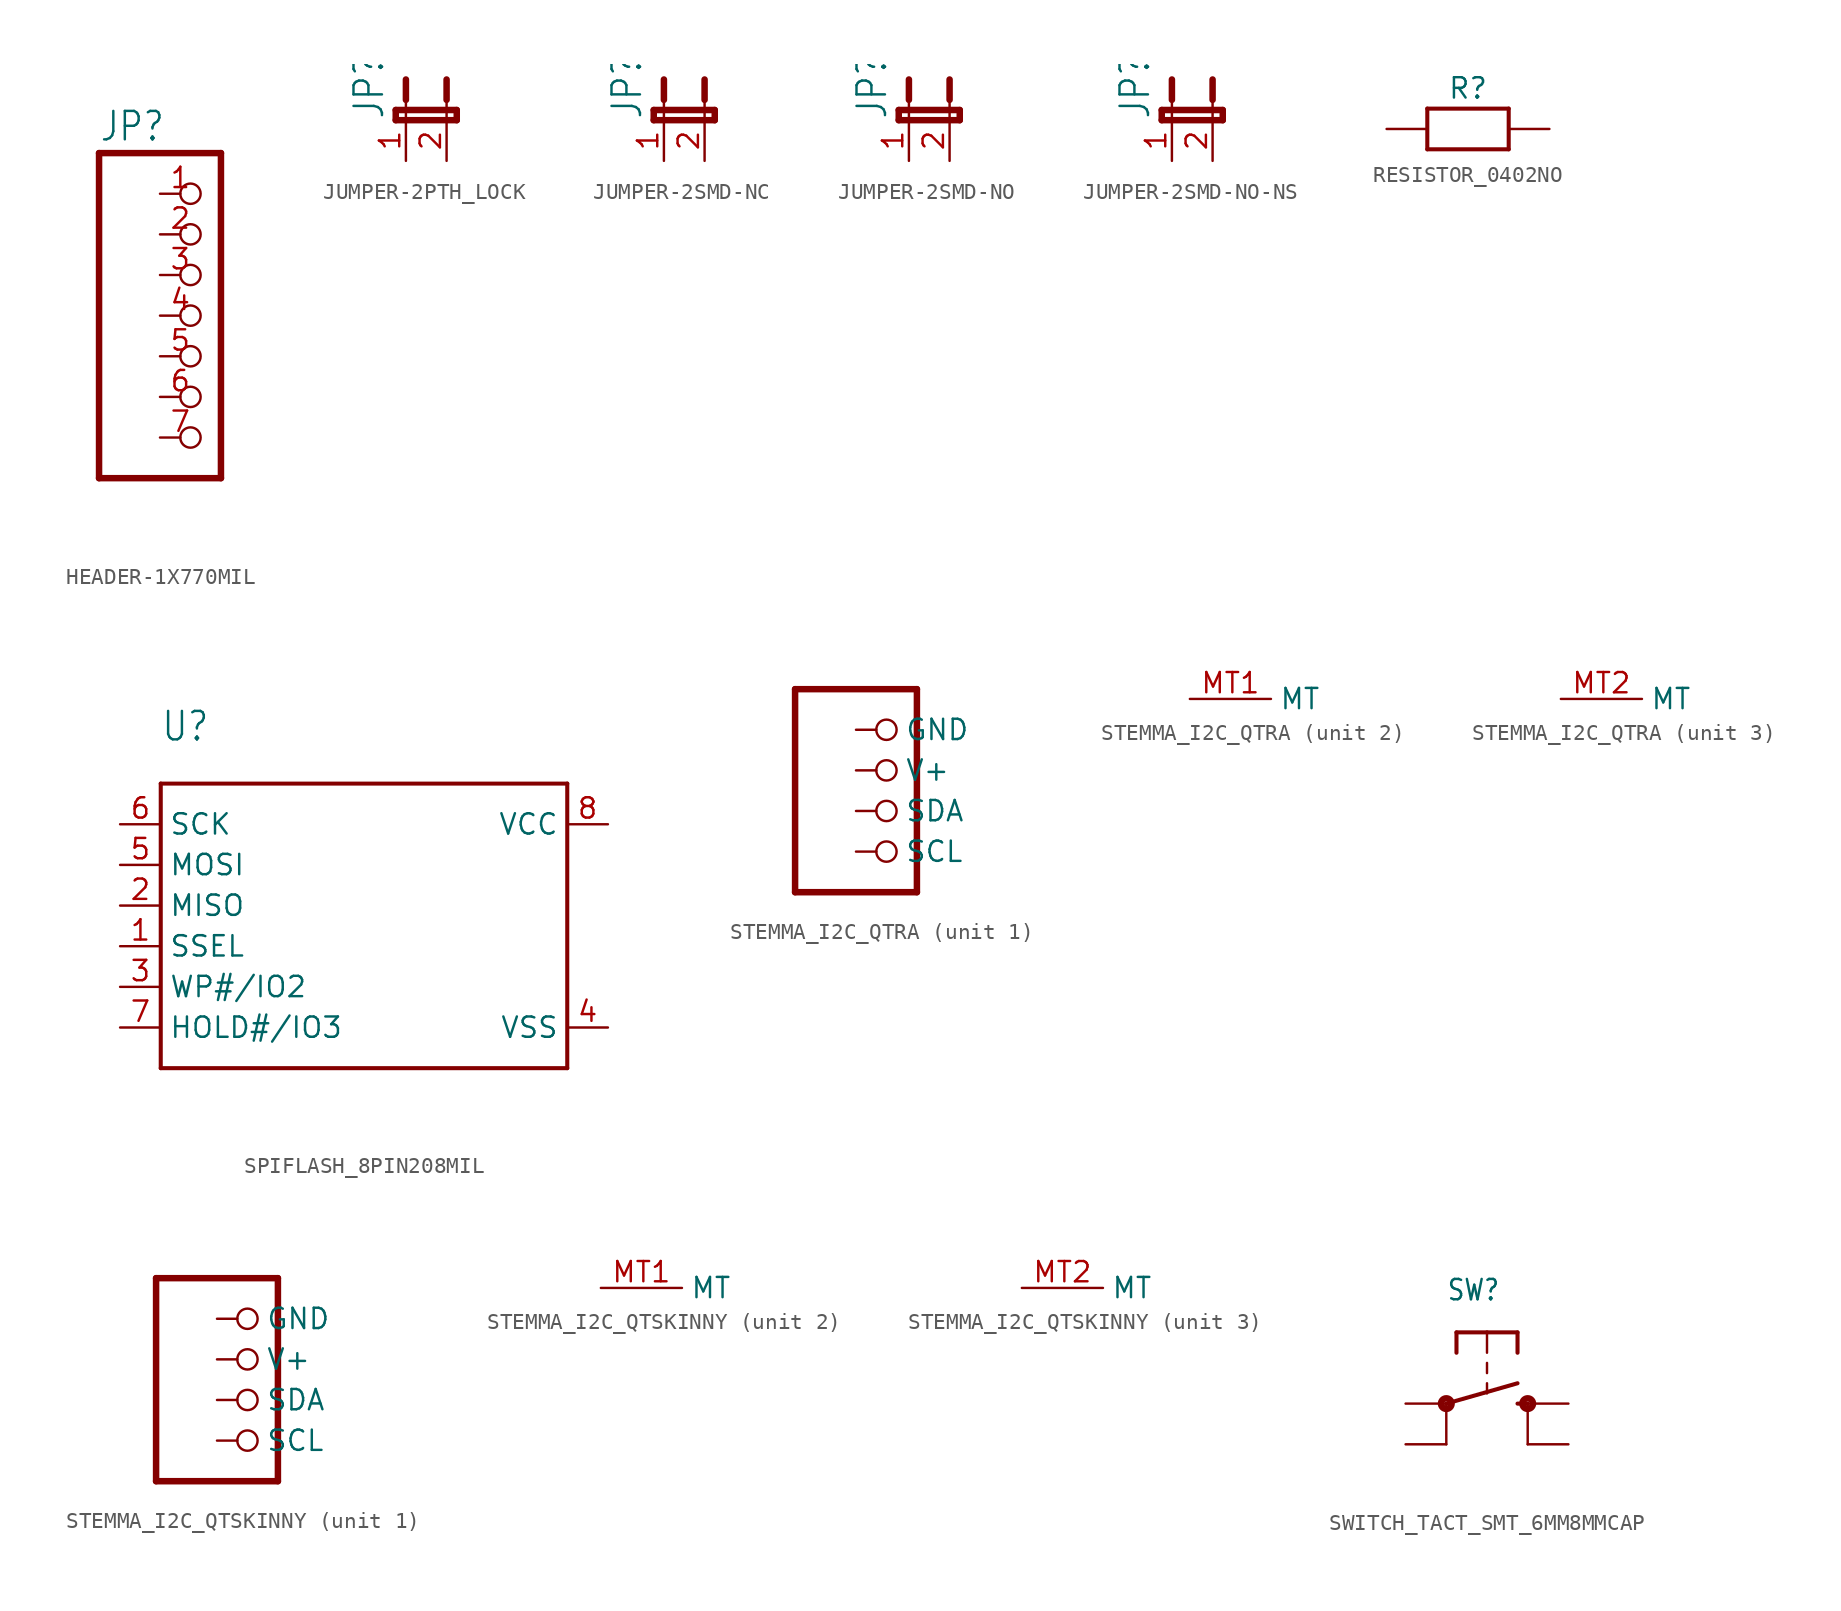
<source format=kicad_sym>
(kicad_symbol_lib
  (version 20220914)
  (generator kicad_symbol_editor)
  (symbol "HEADER-1X770MIL"
    (property "Reference" "JP"
      (at -6.35 10.795 0)
      (effects (font (size 1.778 1.511)) (justify left bottom)))
    (property "Value" ""
      (at -6.35 -12.7 0)
      (effects (font (size 1.778 1.511)) (justify left bottom)))
    (property "ki_locked" ""
      (at 0 0 0)
      (effects (font (size 1.27 1.27))))
    (symbol "HEADER-1X770MIL_1_0"
      (polyline (pts (xy -6.35 -10.16) (xy 1.27 -10.16)) (stroke (width 0.406) (type solid)) (fill (type none)))
      (polyline (pts (xy -6.35 10.16) (xy -6.35 -10.16)) (stroke (width 0.406) (type solid)) (fill (type none)))
      (polyline (pts (xy 1.27 -10.16) (xy 1.27 10.16)) (stroke (width 0.406) (type solid)) (fill (type none)))
      (polyline (pts (xy 1.27 10.16) (xy -6.35 10.16)) (stroke (width 0.406) (type solid)) (fill (type none)))
      (pin passive inverted (at -2.54 7.62 0) (length 2.54) (name "1" (effects (font (size 0 0)))) (number "1" (effects (font (size 1.27 1.27)))))
      (pin passive inverted (at -2.54 5.08 0) (length 2.54) (name "2" (effects (font (size 0 0)))) (number "2" (effects (font (size 1.27 1.27)))))
      (pin passive inverted (at -2.54 2.54 0) (length 2.54) (name "3" (effects (font (size 0 0)))) (number "3" (effects (font (size 1.27 1.27)))))
      (pin passive inverted (at -2.54 0 0) (length 2.54) (name "4" (effects (font (size 0 0)))) (number "4" (effects (font (size 1.27 1.27)))))
      (pin passive inverted (at -2.54 -2.54 0) (length 2.54) (name "5" (effects (font (size 0 0)))) (number "5" (effects (font (size 1.27 1.27)))))
      (pin passive inverted (at -2.54 -5.08 0) (length 2.54) (name "6" (effects (font (size 0 0)))) (number "6" (effects (font (size 1.27 1.27)))))
      (pin passive inverted (at -2.54 -7.62 0) (length 2.54) (name "7" (effects (font (size 0 0)))) (number "7" (effects (font (size 1.27 1.27)))))))
  (symbol "JUMPER-2PTH_LOCK"
    (property "Reference" "JP"
      (at -1.27 0 90)
      (effects (font (size 1.778 1.511)) (justify left bottom)))
    (property "Value" ""
      (at 5.715 0 90)
      (effects (font (size 1.778 1.511)) (justify left bottom)))
    (property "ki_locked" ""
      (at 0 0 0)
      (effects (font (size 1.27 1.27))))
    (symbol "JUMPER-2PTH_LOCK_1_0"
      (polyline (pts (xy -0.635 0) (xy 3.175 0)) (stroke (width 0.406) (type solid)) (fill (type none)))
      (polyline (pts (xy -0.635 0.635) (xy -0.635 0)) (stroke (width 0.406) (type solid)) (fill (type none)))
      (polyline (pts (xy 0 0) (xy 0 1.27)) (stroke (width 0.152) (type solid)) (fill (type none)))
      (polyline (pts (xy 0 2.54) (xy 0 1.27)) (stroke (width 0.406) (type solid)) (fill (type none)))
      (polyline (pts (xy 2.54 0) (xy 2.54 1.27)) (stroke (width 0.152) (type solid)) (fill (type none)))
      (polyline (pts (xy 2.54 2.54) (xy 2.54 1.27)) (stroke (width 0.406) (type solid)) (fill (type none)))
      (polyline (pts (xy 3.175 0) (xy 3.175 0.635)) (stroke (width 0.406) (type solid)) (fill (type none)))
      (polyline (pts (xy 3.175 0.635) (xy -0.635 0.635)) (stroke (width 0.406) (type solid)) (fill (type none)))
      (pin passive line (at 0 -2.54 90) (length 2.54) (name "1" (effects (font (size 0 0)))) (number "1" (effects (font (size 1.27 1.27)))))
      (pin passive line (at 2.54 -2.54 90) (length 2.54) (name "2" (effects (font (size 0 0)))) (number "2" (effects (font (size 1.27 1.27)))))))
  (symbol "JUMPER-2SMD-NC"
    (property "Reference" "JP"
      (at -1.27 0 90)
      (effects (font (size 1.778 1.511)) (justify left bottom)))
    (property "Value" ""
      (at 5.715 0 90)
      (effects (font (size 1.778 1.511)) (justify left bottom)))
    (property "ki_locked" ""
      (at 0 0 0)
      (effects (font (size 1.27 1.27))))
    (symbol "JUMPER-2SMD-NC_1_0"
      (polyline (pts (xy -0.635 0) (xy 3.175 0)) (stroke (width 0.406) (type solid)) (fill (type none)))
      (polyline (pts (xy -0.635 0.635) (xy -0.635 0)) (stroke (width 0.406) (type solid)) (fill (type none)))
      (polyline (pts (xy 0 0) (xy 0 1.27)) (stroke (width 0.152) (type solid)) (fill (type none)))
      (polyline (pts (xy 0 2.54) (xy 0 1.27)) (stroke (width 0.406) (type solid)) (fill (type none)))
      (polyline (pts (xy 2.54 0) (xy 2.54 1.27)) (stroke (width 0.152) (type solid)) (fill (type none)))
      (polyline (pts (xy 2.54 2.54) (xy 2.54 1.27)) (stroke (width 0.406) (type solid)) (fill (type none)))
      (polyline (pts (xy 3.175 0) (xy 3.175 0.635)) (stroke (width 0.406) (type solid)) (fill (type none)))
      (polyline (pts (xy 3.175 0.635) (xy -0.635 0.635)) (stroke (width 0.406) (type solid)) (fill (type none)))
      (pin passive line (at 0 -2.54 90) (length 2.54) (name "1" (effects (font (size 0 0)))) (number "1" (effects (font (size 1.27 1.27)))))
      (pin passive line (at 2.54 -2.54 90) (length 2.54) (name "2" (effects (font (size 0 0)))) (number "2" (effects (font (size 1.27 1.27)))))))
  (symbol "JUMPER-2SMD-NO"
    (property "Reference" "JP"
      (at -1.27 0 90)
      (effects (font (size 1.778 1.511)) (justify left bottom)))
    (property "Value" ""
      (at 5.715 0 90)
      (effects (font (size 1.778 1.511)) (justify left bottom)))
    (property "ki_locked" ""
      (at 0 0 0)
      (effects (font (size 1.27 1.27))))
    (symbol "JUMPER-2SMD-NO_1_0"
      (polyline (pts (xy -0.635 0) (xy 3.175 0)) (stroke (width 0.406) (type solid)) (fill (type none)))
      (polyline (pts (xy -0.635 0.635) (xy -0.635 0)) (stroke (width 0.406) (type solid)) (fill (type none)))
      (polyline (pts (xy 0 0) (xy 0 1.27)) (stroke (width 0.152) (type solid)) (fill (type none)))
      (polyline (pts (xy 0 2.54) (xy 0 1.27)) (stroke (width 0.406) (type solid)) (fill (type none)))
      (polyline (pts (xy 2.54 0) (xy 2.54 1.27)) (stroke (width 0.152) (type solid)) (fill (type none)))
      (polyline (pts (xy 2.54 2.54) (xy 2.54 1.27)) (stroke (width 0.406) (type solid)) (fill (type none)))
      (polyline (pts (xy 3.175 0) (xy 3.175 0.635)) (stroke (width 0.406) (type solid)) (fill (type none)))
      (polyline (pts (xy 3.175 0.635) (xy -0.635 0.635)) (stroke (width 0.406) (type solid)) (fill (type none)))
      (pin passive line (at 0 -2.54 90) (length 2.54) (name "1" (effects (font (size 0 0)))) (number "1" (effects (font (size 1.27 1.27)))))
      (pin passive line (at 2.54 -2.54 90) (length 2.54) (name "2" (effects (font (size 0 0)))) (number "2" (effects (font (size 1.27 1.27)))))))
  (symbol "JUMPER-2SMD-NO-NS"
    (property "Reference" "JP"
      (at -1.27 0 90)
      (effects (font (size 1.778 1.511)) (justify left bottom)))
    (property "Value" ""
      (at 5.715 0 90)
      (effects (font (size 1.778 1.511)) (justify left bottom)))
    (property "ki_locked" ""
      (at 0 0 0)
      (effects (font (size 1.27 1.27))))
    (symbol "JUMPER-2SMD-NO-NS_1_0"
      (polyline (pts (xy -0.635 0) (xy 3.175 0)) (stroke (width 0.406) (type solid)) (fill (type none)))
      (polyline (pts (xy -0.635 0.635) (xy -0.635 0)) (stroke (width 0.406) (type solid)) (fill (type none)))
      (polyline (pts (xy 0 0) (xy 0 1.27)) (stroke (width 0.152) (type solid)) (fill (type none)))
      (polyline (pts (xy 0 2.54) (xy 0 1.27)) (stroke (width 0.406) (type solid)) (fill (type none)))
      (polyline (pts (xy 2.54 0) (xy 2.54 1.27)) (stroke (width 0.152) (type solid)) (fill (type none)))
      (polyline (pts (xy 2.54 2.54) (xy 2.54 1.27)) (stroke (width 0.406) (type solid)) (fill (type none)))
      (polyline (pts (xy 3.175 0) (xy 3.175 0.635)) (stroke (width 0.406) (type solid)) (fill (type none)))
      (polyline (pts (xy 3.175 0.635) (xy -0.635 0.635)) (stroke (width 0.406) (type solid)) (fill (type none)))
      (pin passive line (at 0 -2.54 90) (length 2.54) (name "1" (effects (font (size 0 0)))) (number "1" (effects (font (size 1.27 1.27)))))
      (pin passive line (at 2.54 -2.54 90) (length 2.54) (name "2" (effects (font (size 0 0)))) (number "2" (effects (font (size 1.27 1.27)))))))
  (symbol "RESISTOR_0402NO"
    (property "Reference" "R"
      (at 0 2.54 0)
      (effects (font (size 1.27 1.27))))
    (property "Value" ""
      (at 0 0 0)
      (effects (font (size 1.016 1.016) bold)))
    (property "ki_locked" ""
      (at 0 0 0)
      (effects (font (size 1.27 1.27))))
    (symbol "RESISTOR_0402NO_1_0"
      (polyline (pts (xy -2.54 -1.27) (xy -2.54 1.27)) (stroke (width 0.254) (type solid)) (fill (type none)))
      (polyline (pts (xy -2.54 1.27) (xy 2.54 1.27)) (stroke (width 0.254) (type solid)) (fill (type none)))
      (polyline (pts (xy 2.54 -1.27) (xy -2.54 -1.27)) (stroke (width 0.254) (type solid)) (fill (type none)))
      (polyline (pts (xy 2.54 1.27) (xy 2.54 -1.27)) (stroke (width 0.254) (type solid)) (fill (type none)))
      (pin passive line (at -5.08 0 0) (length 2.54) (name "1" (effects (font (size 0 0)))) (number "1" (effects (font (size 0 0)))))
      (pin passive line (at 5.08 0 180) (length 2.54) (name "2" (effects (font (size 0 0)))) (number "2" (effects (font (size 0 0)))))))
  (symbol "SPIFLASH_8PIN208MIL"
    (property "Reference" "U"
      (at -12.7 12.7 0)
      (effects (font (size 1.778 1.511)) (justify left bottom)))
    (property "Value" ""
      (at -12.7 -10.16 0)
      (effects (font (size 1.778 1.511)) (justify left bottom)))
    (property "ki_locked" ""
      (at 0 0 0)
      (effects (font (size 1.27 1.27))))
    (symbol "SPIFLASH_8PIN208MIL_1_0"
      (polyline (pts (xy -12.7 -7.62) (xy -12.7 10.16)) (stroke (width 0.254) (type solid)) (fill (type none)))
      (polyline (pts (xy -12.7 10.16) (xy 12.7 10.16)) (stroke (width 0.254) (type solid)) (fill (type none)))
      (polyline (pts (xy 12.7 -7.62) (xy -12.7 -7.62)) (stroke (width 0.254) (type solid)) (fill (type none)))
      (polyline (pts (xy 12.7 10.16) (xy 12.7 -7.62)) (stroke (width 0.254) (type solid)) (fill (type none)))
      (pin bidirectional line (at -15.24 0 0) (length 2.54) (name "SSEL" (effects (font (size 1.27 1.27)))) (number "1" (effects (font (size 1.27 1.27)))))
      (pin bidirectional line (at -15.24 2.54 0) (length 2.54) (name "MISO" (effects (font (size 1.27 1.27)))) (number "2" (effects (font (size 1.27 1.27)))))
      (pin bidirectional line (at -15.24 -2.54 0) (length 2.54) (name "WP#/IO2" (effects (font (size 1.27 1.27)))) (number "3" (effects (font (size 1.27 1.27)))))
      (pin bidirectional line (at 15.24 -5.08 180) (length 2.54) (name "VSS" (effects (font (size 1.27 1.27)))) (number "4" (effects (font (size 1.27 1.27)))))
      (pin bidirectional line (at -15.24 5.08 0) (length 2.54) (name "MOSI" (effects (font (size 1.27 1.27)))) (number "5" (effects (font (size 1.27 1.27)))))
      (pin bidirectional line (at -15.24 7.62 0) (length 2.54) (name "SCK" (effects (font (size 1.27 1.27)))) (number "6" (effects (font (size 1.27 1.27)))))
      (pin bidirectional line (at -15.24 -5.08 0) (length 2.54) (name "HOLD#/IO3" (effects (font (size 1.27 1.27)))) (number "7" (effects (font (size 1.27 1.27)))))
      (pin bidirectional line (at 15.24 7.62 180) (length 2.54) (name "VCC" (effects (font (size 1.27 1.27)))) (number "8" (effects (font (size 1.27 1.27)))))))
  (symbol "STEMMA_I2C_QTRA"
    (property "Reference" "CONN"
      (at -3.81 8.255 0)
      (effects (font (size 1.778 1.511)) (justify left bottom) hide))
    (property "ki_locked" ""
      (at 0 0 0)
      (effects (font (size 1.27 1.27))))
    (symbol "STEMMA_I2C_QTRA_1_0"
      (polyline (pts (xy -3.81 -5.08) (xy 3.81 -5.08)) (stroke (width 0.406) (type solid)) (fill (type none)))
      (polyline (pts (xy -3.81 7.62) (xy -3.81 -5.08)) (stroke (width 0.406) (type solid)) (fill (type none)))
      (polyline (pts (xy 3.81 -5.08) (xy 3.81 7.62)) (stroke (width 0.406) (type solid)) (fill (type none)))
      (polyline (pts (xy 3.81 7.62) (xy -3.81 7.62)) (stroke (width 0.406) (type solid)) (fill (type none)))
      (pin passive inverted (at 0 5.08 0) (length 2.54) (name "GND" (effects (font (size 1.27 1.27)))) (number "1" (effects (font (size 0 0)))))
      (pin passive inverted (at 0 2.54 0) (length 2.54) (name "V+" (effects (font (size 1.27 1.27)))) (number "2" (effects (font (size 0 0)))))
      (pin passive inverted (at 0 0 0) (length 2.54) (name "SDA" (effects (font (size 1.27 1.27)))) (number "3" (effects (font (size 0 0)))))
      (pin passive inverted (at 0 -2.54 0) (length 2.54) (name "SCL" (effects (font (size 1.27 1.27)))) (number "4" (effects (font (size 0 0))))))
    (symbol "STEMMA_I2C_QTRA_2_0"
      (pin bidirectional line (at 0 0 0) (length 5.08) (name "MT" (effects (font (size 1.27 1.27)))) (number "MT1" (effects (font (size 1.27 1.27))))))
    (symbol "STEMMA_I2C_QTRA_3_0"
      (pin bidirectional line (at 0 0 0) (length 5.08) (name "MT" (effects (font (size 1.27 1.27)))) (number "MT2" (effects (font (size 1.27 1.27)))))))
  (symbol "STEMMA_I2C_QTSKINNY"
    (property "Reference" "CONN"
      (at -3.81 8.255 0)
      (effects (font (size 1.778 1.511)) (justify left bottom) hide))
    (property "ki_locked" ""
      (at 0 0 0)
      (effects (font (size 1.27 1.27))))
    (symbol "STEMMA_I2C_QTSKINNY_1_0"
      (polyline (pts (xy -3.81 -5.08) (xy 3.81 -5.08)) (stroke (width 0.406) (type solid)) (fill (type none)))
      (polyline (pts (xy -3.81 7.62) (xy -3.81 -5.08)) (stroke (width 0.406) (type solid)) (fill (type none)))
      (polyline (pts (xy 3.81 -5.08) (xy 3.81 7.62)) (stroke (width 0.406) (type solid)) (fill (type none)))
      (polyline (pts (xy 3.81 7.62) (xy -3.81 7.62)) (stroke (width 0.406) (type solid)) (fill (type none)))
      (pin passive inverted (at 0 5.08 0) (length 2.54) (name "GND" (effects (font (size 1.27 1.27)))) (number "1" (effects (font (size 0 0)))))
      (pin passive inverted (at 0 2.54 0) (length 2.54) (name "V+" (effects (font (size 1.27 1.27)))) (number "2" (effects (font (size 0 0)))))
      (pin passive inverted (at 0 0 0) (length 2.54) (name "SDA" (effects (font (size 1.27 1.27)))) (number "3" (effects (font (size 0 0)))))
      (pin passive inverted (at 0 -2.54 0) (length 2.54) (name "SCL" (effects (font (size 1.27 1.27)))) (number "4" (effects (font (size 0 0))))))
    (symbol "STEMMA_I2C_QTSKINNY_2_0"
      (pin bidirectional line (at 0 0 0) (length 5.08) (name "MT" (effects (font (size 1.27 1.27)))) (number "MT1" (effects (font (size 1.27 1.27))))))
    (symbol "STEMMA_I2C_QTSKINNY_3_0"
      (pin bidirectional line (at 0 0 0) (length 5.08) (name "MT" (effects (font (size 1.27 1.27)))) (number "MT2" (effects (font (size 1.27 1.27)))))))
  (symbol "SWITCH_TACT_SMT_6MM8MMCAP"
    (property "Reference" "SW"
      (at -2.54 6.35 0)
      (effects (font (size 1.27 1.079)) (justify left bottom)))
    (property "Value" ""
      (at -2.54 -5.08 0)
      (effects (font (size 1.27 1.079)) (justify left bottom)))
    (property "ki_locked" ""
      (at 0 0 0)
      (effects (font (size 1.27 1.27))))
    (symbol "SWITCH_TACT_SMT_6MM8MMCAP_1_0"
      (circle (center -2.54 0) (radius 0.127) (stroke (width 0.406) (type solid)) (fill (type none)))
      (polyline (pts (xy -2.54 -2.54) (xy -2.54 0)) (stroke (width 0.152) (type solid)) (fill (type none)))
      (polyline (pts (xy -2.54 0) (xy 1.905 1.27)) (stroke (width 0.254) (type solid)) (fill (type none)))
      (polyline (pts (xy -1.905 4.445) (xy -1.905 3.175)) (stroke (width 0.254) (type solid)) (fill (type none)))
      (polyline (pts (xy 0 1.27) (xy 0 0.635)) (stroke (width 0.152) (type solid)) (fill (type none)))
      (polyline (pts (xy 0 2.54) (xy 0 1.905)) (stroke (width 0.152) (type solid)) (fill (type none)))
      (polyline (pts (xy 0 4.445) (xy -1.905 4.445)) (stroke (width 0.254) (type solid)) (fill (type none)))
      (polyline (pts (xy 0 4.445) (xy 0 3.175)) (stroke (width 0.152) (type solid)) (fill (type none)))
      (polyline (pts (xy 1.905 0) (xy 2.54 0)) (stroke (width 0.254) (type solid)) (fill (type none)))
      (polyline (pts (xy 1.905 4.445) (xy 0 4.445)) (stroke (width 0.254) (type solid)) (fill (type none)))
      (polyline (pts (xy 1.905 4.445) (xy 1.905 3.175)) (stroke (width 0.254) (type solid)) (fill (type none)))
      (polyline (pts (xy 2.54 -2.54) (xy 2.54 0)) (stroke (width 0.152) (type solid)) (fill (type none)))
      (circle (center 2.54 0) (radius 0.127) (stroke (width 0.406) (type solid)) (fill (type none)))
      (pin passive line (at -5.08 0 0) (length 2.54) (name "P" (effects (font (size 0 0)))) (number "A" (effects (font (size 0 0)))))
      (pin passive line (at -5.08 -2.54 0) (length 2.54) (name "P1" (effects (font (size 0 0)))) (number "A'" (effects (font (size 0 0)))))
      (pin passive line (at 5.08 0 180) (length 2.54) (name "S" (effects (font (size 0 0)))) (number "B" (effects (font (size 0 0)))))
      (pin passive line (at 5.08 -2.54 180) (length 2.54) (name "S1" (effects (font (size 0 0)))) (number "B'" (effects (font (size 0 0))))))))
</source>
